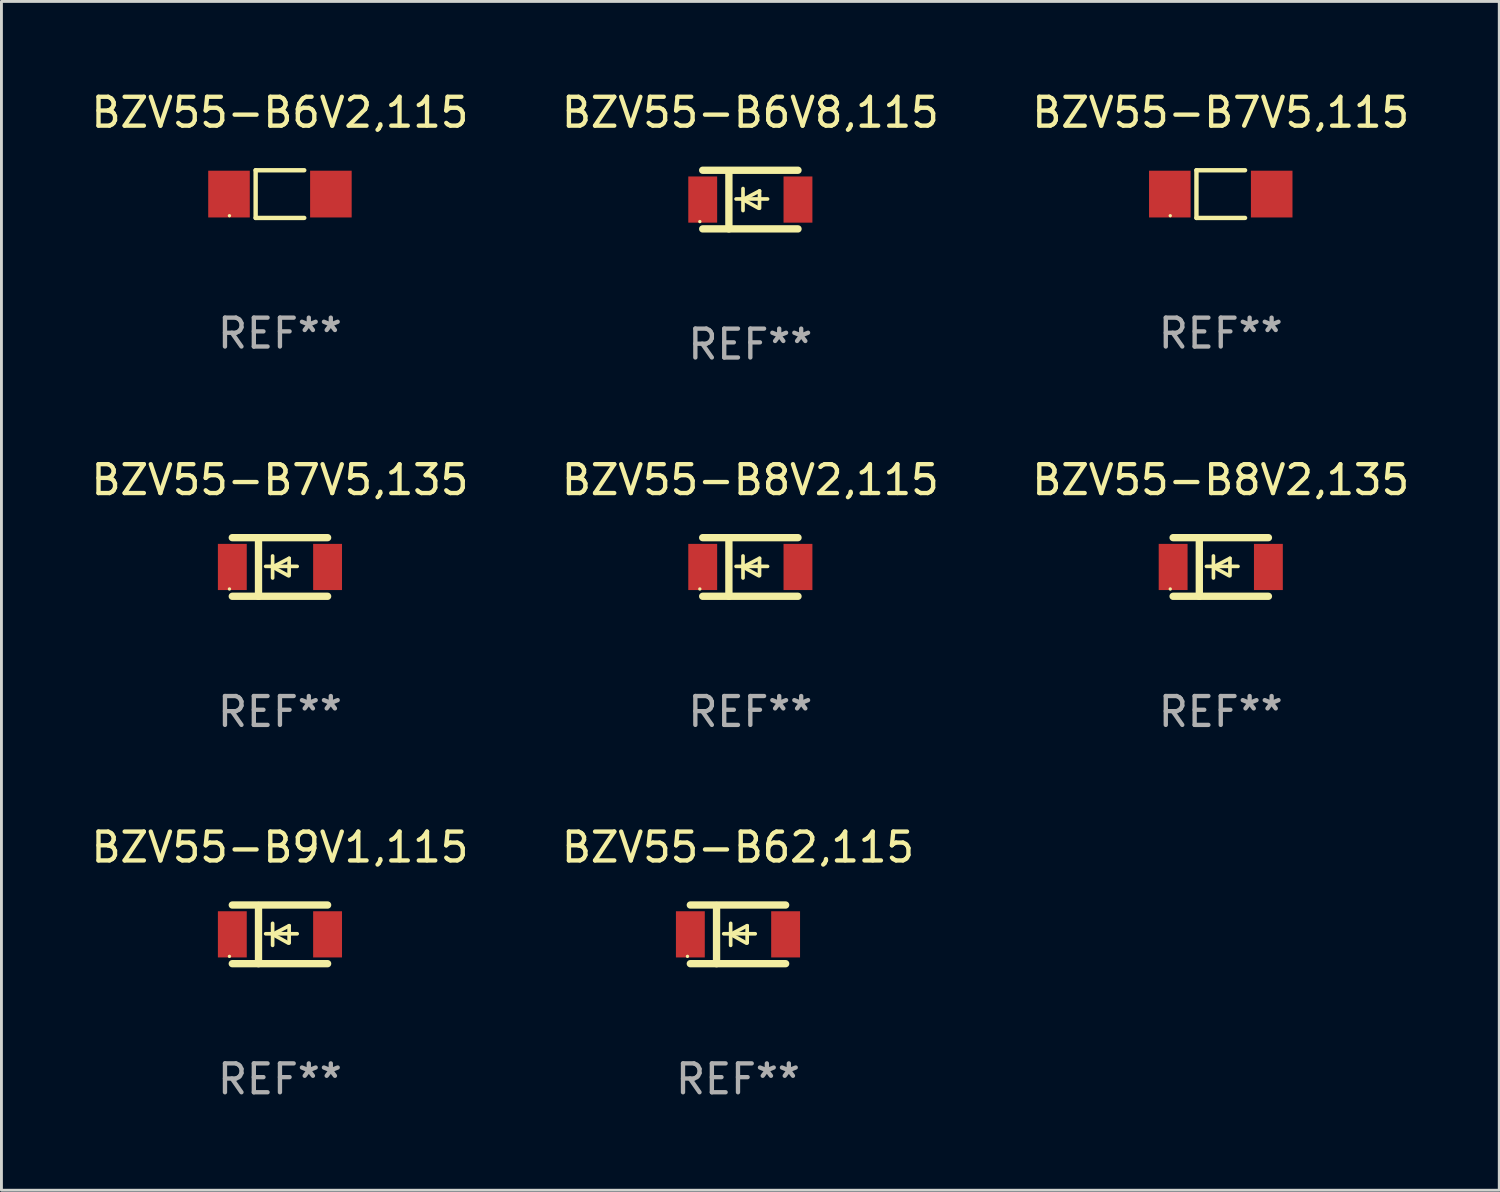
<source format=kicad_pcb>
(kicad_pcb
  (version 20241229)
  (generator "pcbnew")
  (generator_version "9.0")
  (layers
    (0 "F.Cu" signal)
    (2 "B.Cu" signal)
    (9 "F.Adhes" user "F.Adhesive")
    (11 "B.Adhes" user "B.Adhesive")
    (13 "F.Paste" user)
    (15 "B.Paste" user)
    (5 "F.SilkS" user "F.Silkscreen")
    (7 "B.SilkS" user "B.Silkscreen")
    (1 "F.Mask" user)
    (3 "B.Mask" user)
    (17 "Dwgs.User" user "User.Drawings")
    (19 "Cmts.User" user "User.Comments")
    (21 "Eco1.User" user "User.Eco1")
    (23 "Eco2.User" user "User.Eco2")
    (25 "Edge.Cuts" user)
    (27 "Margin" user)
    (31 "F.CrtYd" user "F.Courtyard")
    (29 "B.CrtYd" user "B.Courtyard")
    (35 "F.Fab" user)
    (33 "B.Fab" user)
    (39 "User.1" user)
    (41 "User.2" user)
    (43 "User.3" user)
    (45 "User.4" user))
  (footprint "BZV55-B62,115"
    (layer "F.Cu")
    (at 22.518 29.321)
    (property "Reference" "BZV55-B62,115" (at 0 -3.016 0) (layer "F.SilkS") (effects (font (size 1 1) (thickness 0.15))))
    (attr through_hole)
    (fp_line (start -1.651 -1.016) (end 1.651 -1.016) (stroke (width 0.254) (type solid)) (layer "F.SilkS"))
    (fp_line (start -1.651 1.016) (end 1.651 1.016) (stroke (width 0.254) (type solid)) (layer "F.SilkS"))
    (fp_line (start -0.743 -1) (end -0.743 1.016) (stroke (width 0.254) (type solid)) (layer "F.SilkS"))
    (fp_line (start -0.495 -0.02) (end 0.597 -0.02) (stroke (width 0.127) (type solid)) (layer "F.SilkS"))
    (fp_line (start -0.254 0) (end -0.254 -0.381) (stroke (width 0.127) (type solid)) (layer "F.SilkS"))
    (fp_line (start -0.254 0) (end -0.254 0.381) (stroke (width 0.127) (type solid)) (layer "F.SilkS"))
    (fp_line (start 0.288 0.301) (end -0.254 0) (stroke (width 0.127) (type solid)) (layer "F.SilkS"))
    (fp_line (start 0.318 -0.299) (end -0.254 0) (stroke (width 0.127) (type solid)) (layer "F.SilkS"))
    (fp_line (start 0.318 -0.299) (end 0.318 0.301) (stroke (width 0.127) (type solid)) (layer "F.SilkS"))
    (fp_circle (center -1.75 0.763) (end -1.72 0.763) (stroke (width 0.06) (type solid)) (fill no) (layer "F.SilkS"))
    (fp_text user "REF**" (at 0 5.016 0) (layer "F.Fab") (effects (font (size 1 1) (thickness 0.15))))
    (pad "1" smd rect (at -1.65 0 90) (size 1.6 1) (layers "F.Cu" "F.Mask" "F.Paste"))
    (pad "2" smd rect (at 1.65 0 90) (size 1.6 1) (layers "F.Cu" "F.Mask" "F.Paste")))
  (footprint "BZV55-B6V8,115"
    (layer "F.Cu")
    (at 22.946 3.864)
    (property "Reference" "BZV55-B6V8,115" (at 0 -3.016 0) (layer "F.SilkS") (effects (font (size 1 1) (thickness 0.15))))
    (attr through_hole)
    (fp_line (start -1.651 -1.016) (end 1.651 -1.016) (stroke (width 0.254) (type solid)) (layer "F.SilkS"))
    (fp_line (start -1.651 1.016) (end 1.651 1.016) (stroke (width 0.254) (type solid)) (layer "F.SilkS"))
    (fp_line (start -0.743 -1) (end -0.743 1.016) (stroke (width 0.254) (type solid)) (layer "F.SilkS"))
    (fp_line (start -0.495 -0.02) (end 0.597 -0.02) (stroke (width 0.127) (type solid)) (layer "F.SilkS"))
    (fp_line (start -0.254 0) (end -0.254 -0.381) (stroke (width 0.127) (type solid)) (layer "F.SilkS"))
    (fp_line (start -0.254 0) (end -0.254 0.381) (stroke (width 0.127) (type solid)) (layer "F.SilkS"))
    (fp_line (start 0.288 0.301) (end -0.254 0) (stroke (width 0.127) (type solid)) (layer "F.SilkS"))
    (fp_line (start 0.318 -0.299) (end -0.254 0) (stroke (width 0.127) (type solid)) (layer "F.SilkS"))
    (fp_line (start 0.318 -0.299) (end 0.318 0.301) (stroke (width 0.127) (type solid)) (layer "F.SilkS"))
    (fp_circle (center -1.75 0.763) (end -1.72 0.763) (stroke (width 0.06) (type solid)) (fill no) (layer "F.SilkS"))
    (fp_text user "REF**" (at 0 5.016 0) (layer "F.Fab") (effects (font (size 1 1) (thickness 0.15))))
    (pad "1" smd rect (at -1.65 0 90) (size 1.6 1) (layers "F.Cu" "F.Mask" "F.Paste"))
    (pad "2" smd rect (at 1.65 0 90) (size 1.6 1) (layers "F.Cu" "F.Mask" "F.Paste")))
  (footprint "BZV55-B9V1,115"
    (layer "F.Cu")
    (at 6.649 29.321)
    (property "Reference" "BZV55-B9V1,115" (at 0 -3.016 0) (layer "F.SilkS") (effects (font (size 1 1) (thickness 0.15))))
    (attr through_hole)
    (fp_line (start -1.651 -1.016) (end 1.651 -1.016) (stroke (width 0.254) (type solid)) (layer "F.SilkS"))
    (fp_line (start -1.651 1.016) (end 1.651 1.016) (stroke (width 0.254) (type solid)) (layer "F.SilkS"))
    (fp_line (start -0.743 -1) (end -0.743 1.016) (stroke (width 0.254) (type solid)) (layer "F.SilkS"))
    (fp_line (start -0.495 -0.02) (end 0.597 -0.02) (stroke (width 0.127) (type solid)) (layer "F.SilkS"))
    (fp_line (start -0.254 0) (end -0.254 -0.381) (stroke (width 0.127) (type solid)) (layer "F.SilkS"))
    (fp_line (start -0.254 0) (end -0.254 0.381) (stroke (width 0.127) (type solid)) (layer "F.SilkS"))
    (fp_line (start 0.288 0.301) (end -0.254 0) (stroke (width 0.127) (type solid)) (layer "F.SilkS"))
    (fp_line (start 0.318 -0.299) (end -0.254 0) (stroke (width 0.127) (type solid)) (layer "F.SilkS"))
    (fp_line (start 0.318 -0.299) (end 0.318 0.301) (stroke (width 0.127) (type solid)) (layer "F.SilkS"))
    (fp_circle (center -1.75 0.763) (end -1.72 0.763) (stroke (width 0.06) (type solid)) (fill no) (layer "F.SilkS"))
    (fp_text user "REF**" (at 0 5.016 0) (layer "F.Fab") (effects (font (size 1 1) (thickness 0.15))))
    (pad "1" smd rect (at -1.65 0.000025 90) (size 1.6 1) (layers "F.Cu" "F.Mask" "F.Paste"))
    (pad "2" smd rect (at 1.65 0.000025 90) (size 1.6 1) (layers "F.Cu" "F.Mask" "F.Paste")))
  (footprint "BZV55-B8V2,135"
    (layer "F.Cu")
    (at 39.244 16.593)
    (property "Reference" "BZV55-B8V2,135" (at 0 -3.016 0) (layer "F.SilkS") (effects (font (size 1 1) (thickness 0.15))))
    (attr through_hole)
    (fp_line (start -1.651 -1.016) (end 1.651 -1.016) (stroke (width 0.254) (type solid)) (layer "F.SilkS"))
    (fp_line (start -1.651 1.016) (end 1.651 1.016) (stroke (width 0.254) (type solid)) (layer "F.SilkS"))
    (fp_line (start -0.743 -1) (end -0.743 1.016) (stroke (width 0.254) (type solid)) (layer "F.SilkS"))
    (fp_line (start -0.495 -0.02) (end 0.597 -0.02) (stroke (width 0.127) (type solid)) (layer "F.SilkS"))
    (fp_line (start -0.254 0) (end -0.254 -0.381) (stroke (width 0.127) (type solid)) (layer "F.SilkS"))
    (fp_line (start -0.254 0) (end -0.254 0.381) (stroke (width 0.127) (type solid)) (layer "F.SilkS"))
    (fp_line (start 0.288 0.301) (end -0.254 0) (stroke (width 0.127) (type solid)) (layer "F.SilkS"))
    (fp_line (start 0.318 -0.299) (end -0.254 0) (stroke (width 0.127) (type solid)) (layer "F.SilkS"))
    (fp_line (start 0.318 -0.299) (end 0.318 0.301) (stroke (width 0.127) (type solid)) (layer "F.SilkS"))
    (fp_circle (center -1.75 0.763) (end -1.72 0.763) (stroke (width 0.06) (type solid)) (fill no) (layer "F.SilkS"))
    (fp_text user "REF**" (at 0 5.016 0) (layer "F.Fab") (effects (font (size 1 1) (thickness 0.15))))
    (pad "1" smd rect (at -1.65 0 90) (size 1.6 1) (layers "F.Cu" "F.Mask" "F.Paste"))
    (pad "2" smd rect (at 1.65 0 90) (size 1.6 1) (layers "F.Cu" "F.Mask" "F.Paste")))
  (footprint "BZV55-B6V2,115"
    (layer "F.Cu")
    (at 6.649 3.674)
    (property "Reference" "BZV55-B6V2,115" (at 0 -2.826 0) (layer "F.SilkS") (effects (font (size 1 1) (thickness 0.15))))
    (attr through_hole)
    (fp_line (start -0.842 -0.826) (end -0.842 0.826) (stroke (width 0.152) (type solid)) (layer "F.SilkS"))
    (fp_line (start -0.842 -0.826) (end 0.842 -0.826) (stroke (width 0.152) (type solid)) (layer "F.SilkS"))
    (fp_line (start -0.842 0.826) (end 0.842 0.826) (stroke (width 0.152) (type solid)) (layer "F.SilkS"))
    (fp_circle (center -1.75 0.75) (end -1.72 0.75) (stroke (width 0.06) (type solid)) (fill no) (layer "F.SilkS"))
    (fp_text user "REF**" (at 0 4.826 0) (layer "F.Fab") (effects (font (size 1 1) (thickness 0.15))))
    (pad "1" smd rect (at -1.765 0) (size 1.44 1.62) (layers "F.Cu" "F.Mask" "F.Paste"))
    (pad "2" smd rect (at 1.765 0) (size 1.44 1.62) (layers "F.Cu" "F.Mask" "F.Paste")))
  (footprint "BZV55-B7V5,135"
    (layer "F.Cu")
    (at 6.649 16.593)
    (property "Reference" "BZV55-B7V5,135" (at 0 -3.016 0) (layer "F.SilkS") (effects (font (size 1 1) (thickness 0.15))))
    (attr through_hole)
    (fp_line (start -1.651 -1.016) (end 1.651 -1.016) (stroke (width 0.254) (type solid)) (layer "F.SilkS"))
    (fp_line (start -1.651 1.016) (end 1.651 1.016) (stroke (width 0.254) (type solid)) (layer "F.SilkS"))
    (fp_line (start -0.743 -1) (end -0.743 1.016) (stroke (width 0.254) (type solid)) (layer "F.SilkS"))
    (fp_line (start -0.495 -0.02) (end 0.597 -0.02) (stroke (width 0.127) (type solid)) (layer "F.SilkS"))
    (fp_line (start -0.254 0) (end -0.254 -0.381) (stroke (width 0.127) (type solid)) (layer "F.SilkS"))
    (fp_line (start -0.254 0) (end -0.254 0.381) (stroke (width 0.127) (type solid)) (layer "F.SilkS"))
    (fp_line (start 0.288 0.301) (end -0.254 0) (stroke (width 0.127) (type solid)) (layer "F.SilkS"))
    (fp_line (start 0.318 -0.299) (end -0.254 0) (stroke (width 0.127) (type solid)) (layer "F.SilkS"))
    (fp_line (start 0.318 -0.299) (end 0.318 0.301) (stroke (width 0.127) (type solid)) (layer "F.SilkS"))
    (fp_circle (center -1.75 0.763) (end -1.72 0.763) (stroke (width 0.06) (type solid)) (fill no) (layer "F.SilkS"))
    (fp_text user "REF**" (at 0 5.016 0) (layer "F.Fab") (effects (font (size 1 1) (thickness 0.15))))
    (pad "1" smd rect (at -1.65 0 90) (size 1.6 1) (layers "F.Cu" "F.Mask" "F.Paste"))
    (pad "2" smd rect (at 1.65 0 90) (size 1.6 1) (layers "F.Cu" "F.Mask" "F.Paste")))
  (footprint "BZV55-B7V5,115"
    (layer "F.Cu")
    (at 39.244 3.674)
    (property "Reference" "BZV55-B7V5,115" (at 0 -2.826 0) (layer "F.SilkS") (effects (font (size 1 1) (thickness 0.15))))
    (attr through_hole)
    (fp_line (start -0.842 -0.826) (end -0.842 0.826) (stroke (width 0.152) (type solid)) (layer "F.SilkS"))
    (fp_line (start -0.842 -0.826) (end 0.842 -0.826) (stroke (width 0.152) (type solid)) (layer "F.SilkS"))
    (fp_line (start -0.842 0.826) (end 0.842 0.826) (stroke (width 0.152) (type solid)) (layer "F.SilkS"))
    (fp_circle (center -1.75 0.75) (end -1.72 0.75) (stroke (width 0.06) (type solid)) (fill no) (layer "F.SilkS"))
    (fp_text user "REF**" (at 0 4.826 0) (layer "F.Fab") (effects (font (size 1 1) (thickness 0.15))))
    (pad "1" smd rect (at -1.765 0) (size 1.44 1.62) (layers "F.Cu" "F.Mask" "F.Paste"))
    (pad "2" smd rect (at 1.765 0) (size 1.44 1.62) (layers "F.Cu" "F.Mask" "F.Paste")))
  (footprint "BZV55-B8V2,115"
    (layer "F.Cu")
    (at 22.946 16.593)
    (property "Reference" "BZV55-B8V2,115" (at 0 -3.016 0) (layer "F.SilkS") (effects (font (size 1 1) (thickness 0.15))))
    (attr through_hole)
    (fp_line (start -1.651 -1.016) (end 1.651 -1.016) (stroke (width 0.254) (type solid)) (layer "F.SilkS"))
    (fp_line (start -1.651 1.016) (end 1.651 1.016) (stroke (width 0.254) (type solid)) (layer "F.SilkS"))
    (fp_line (start -0.743 -1) (end -0.743 1.016) (stroke (width 0.254) (type solid)) (layer "F.SilkS"))
    (fp_line (start -0.495 -0.02) (end 0.597 -0.02) (stroke (width 0.127) (type solid)) (layer "F.SilkS"))
    (fp_line (start -0.254 0) (end -0.254 -0.381) (stroke (width 0.127) (type solid)) (layer "F.SilkS"))
    (fp_line (start -0.254 0) (end -0.254 0.381) (stroke (width 0.127) (type solid)) (layer "F.SilkS"))
    (fp_line (start 0.288 0.301) (end -0.254 0) (stroke (width 0.127) (type solid)) (layer "F.SilkS"))
    (fp_line (start 0.318 -0.299) (end -0.254 0) (stroke (width 0.127) (type solid)) (layer "F.SilkS"))
    (fp_line (start 0.318 -0.299) (end 0.318 0.301) (stroke (width 0.127) (type solid)) (layer "F.SilkS"))
    (fp_circle (center -1.75 0.763) (end -1.72 0.763) (stroke (width 0.06) (type solid)) (fill no) (layer "F.SilkS"))
    (fp_text user "REF**" (at 0 5.016 0) (layer "F.Fab") (effects (font (size 1 1) (thickness 0.15))))
    (pad "1" smd rect (at -1.65 0 90) (size 1.6 1) (layers "F.Cu" "F.Mask" "F.Paste"))
    (pad "2" smd rect (at 1.65 0 90) (size 1.6 1) (layers "F.Cu" "F.Mask" "F.Paste")))
  (gr_rect
    (start -3 -3)
    (end 48.893 38.186)
    (stroke (width 0.1) (type default))
    (fill no)
    (layer "Edge.Cuts")))
</source>
